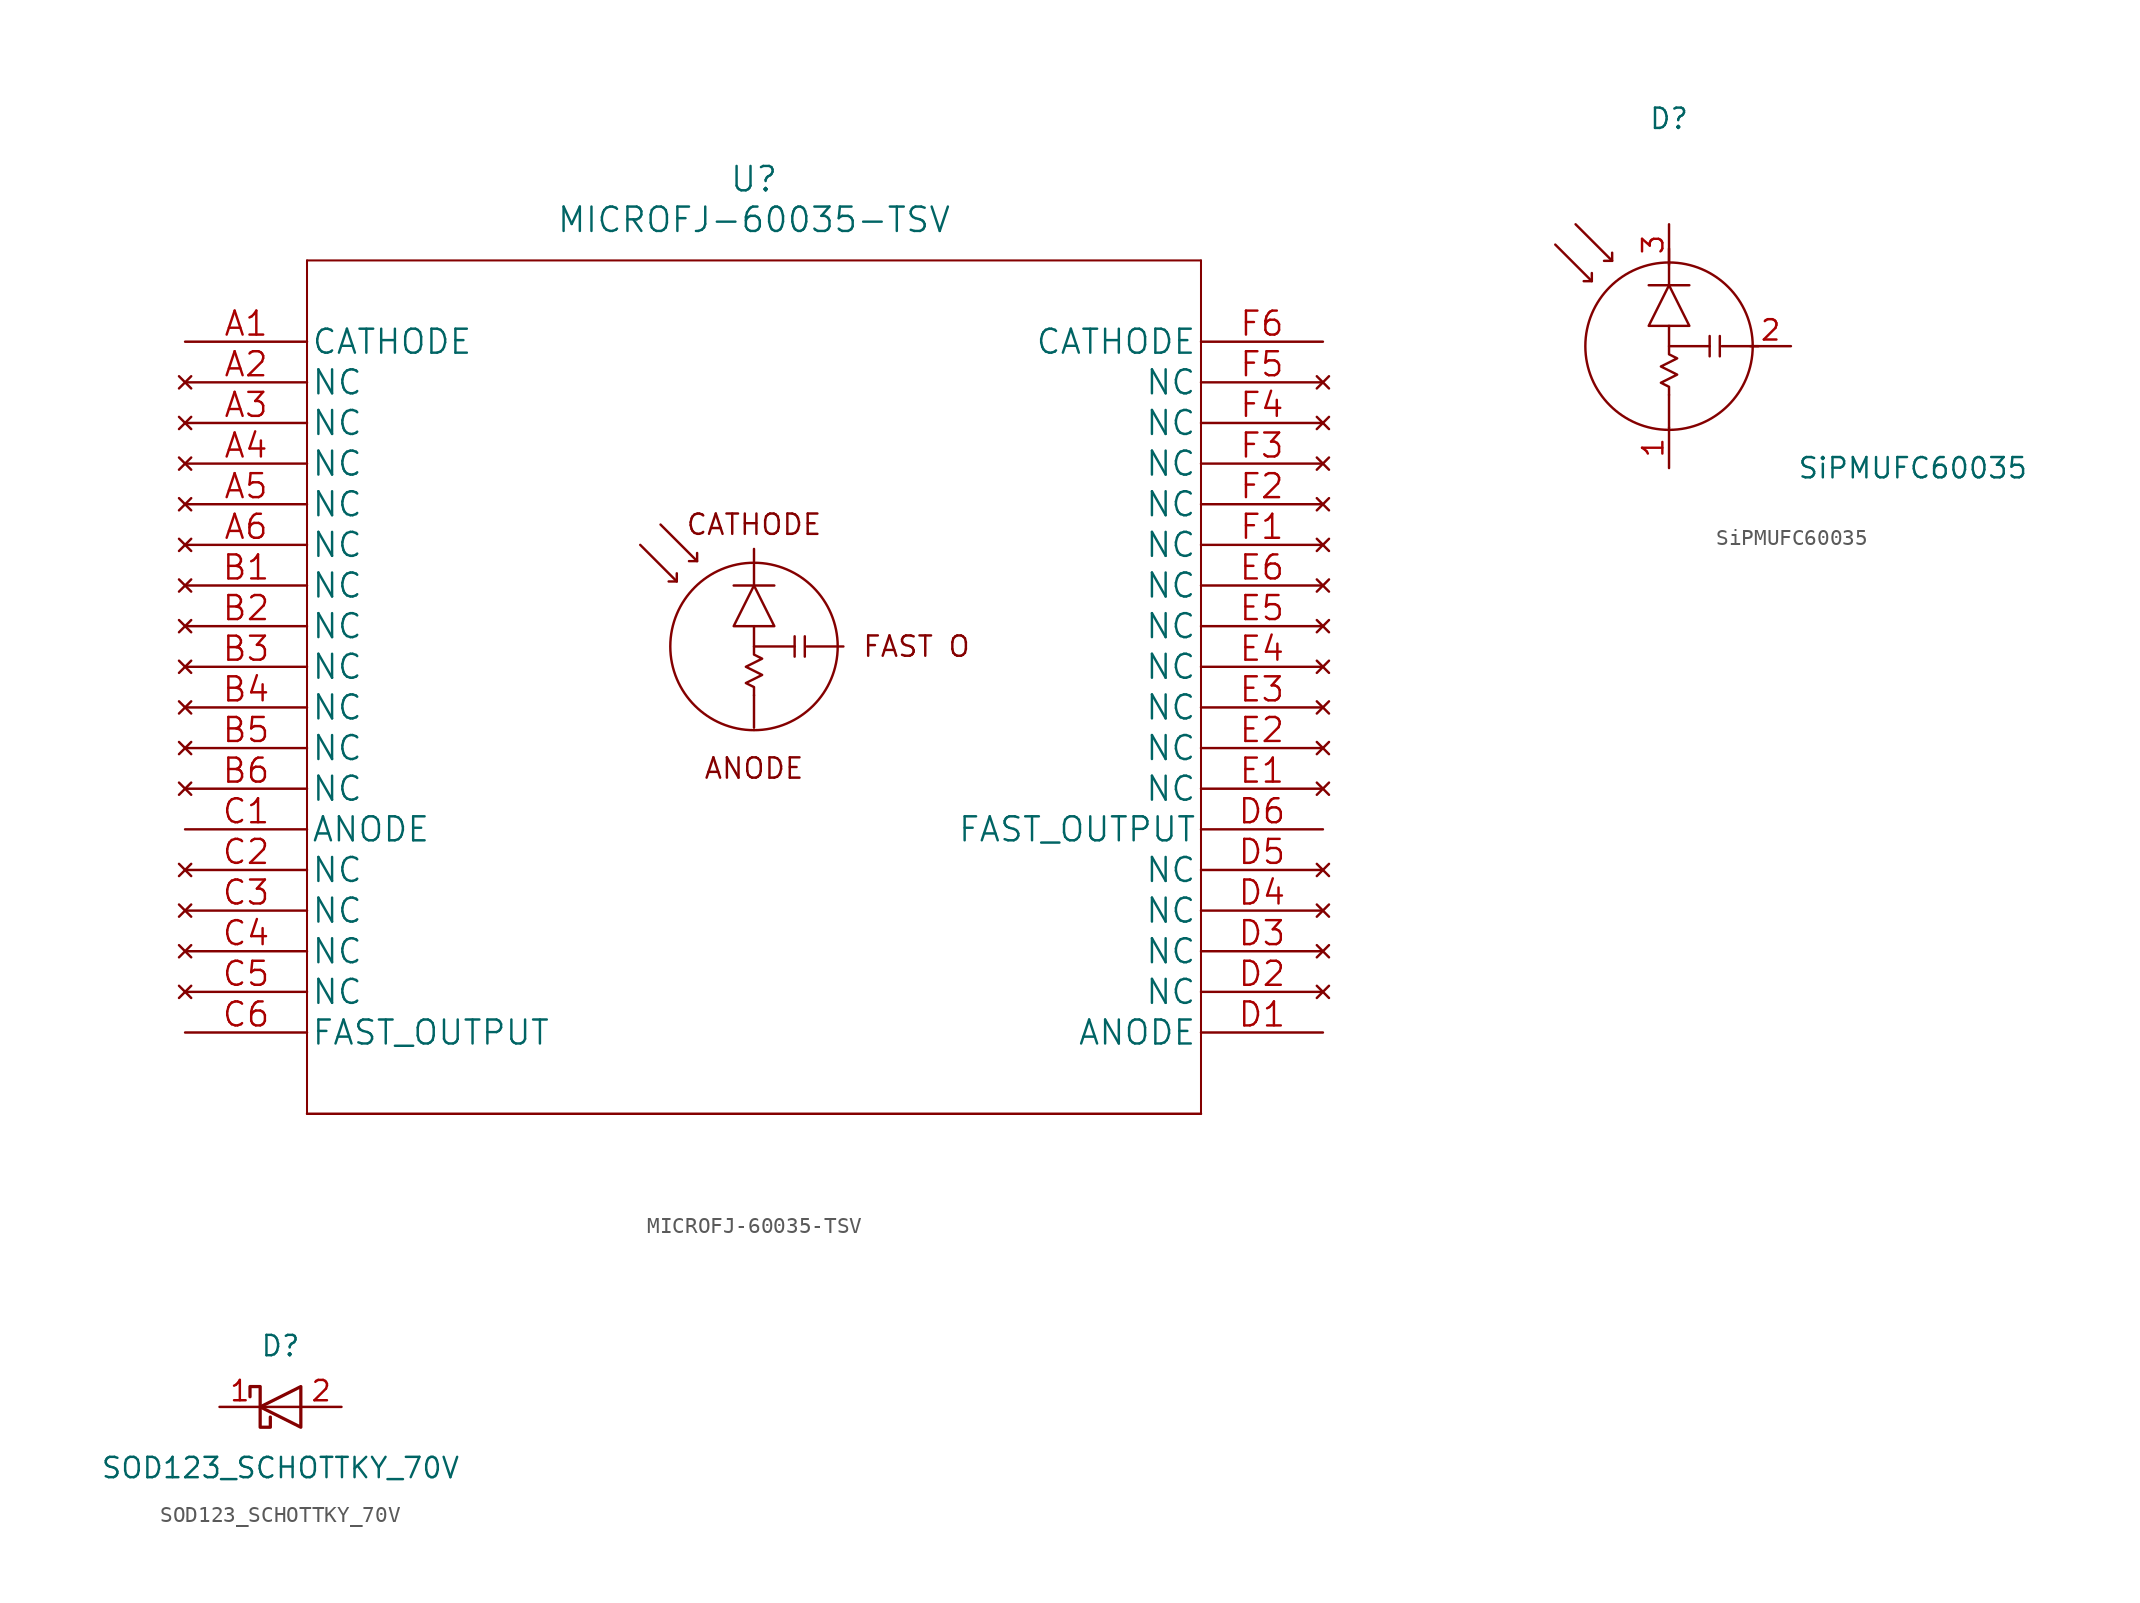
<source format=kicad_sym>
(kicad_symbol_lib
  (version 20220914)
  (generator kicad_symbol_editor)
  (symbol "MICROFJ-60035-TSV"
    (pin_names
      (offset 0.254))
    (property "Reference" "U"
      (at 35.56 10.16 0)
      (effects (font (size 1.524 1.524))))
    (property "Value" "MICROFJ-60035-TSV"
      (at 35.56 7.62 0)
      (effects (font (size 1.524 1.524))))
    (symbol "MICROFJ-60035-TSV_0_0"
      (text "ANODE" (at 35.56 -26.67 0) (effects (font (size 1.27 1.27))))
      (text "CATHODE" (at 35.56 -11.43 0) (effects (font (size 1.27 1.27))))
      (text "FAST O" (at 45.72 -19.05 0) (effects (font (size 1.27 1.27)))))
    (symbol "MICROFJ-60035-TSV_0_1"
      (polyline (pts (xy 7.62 -48.26) (xy 63.5 -48.26)) (stroke (width 0) (type default)) (fill (type none))))
    (symbol "MICROFJ-60035-TSV_1_1"
      (polyline (pts (xy 7.62 5.08) (xy 7.62 -48.26)) (stroke (width 0.127) (type default)) (fill (type none)))
      (polyline (pts (xy 28.448 -12.7) (xy 30.734 -14.986)) (stroke (width 0) (type default)) (fill (type none)))
      (polyline (pts (xy 29.718 -11.43) (xy 32.004 -13.716)) (stroke (width 0) (type default)) (fill (type none)))
      (polyline (pts (xy 35.56 -22.098) (xy 35.56 -24.13)) (stroke (width 0) (type default)) (fill (type none)))
      (polyline (pts (xy 35.56 -12.954) (xy 35.56 -15.24)) (stroke (width 0) (type default)) (fill (type none)))
      (polyline (pts (xy 36.83 -15.24) (xy 34.29 -15.24)) (stroke (width 0) (type default)) (fill (type none)))
      (polyline (pts (xy 38.1 -18.415) (xy 38.1 -19.685)) (stroke (width 0) (type default)) (fill (type none)))
      (polyline (pts (xy 38.735 -18.415) (xy 38.735 -19.685)) (stroke (width 0) (type default)) (fill (type none)))
      (polyline (pts (xy 41.148 -19.05) (xy 38.862 -19.05)) (stroke (width 0) (type default)) (fill (type none)))
      (polyline (pts (xy 63.5 -48.26) (xy 63.5 5.08)) (stroke (width 0.127) (type default)) (fill (type none)))
      (polyline (pts (xy 63.5 5.08) (xy 7.62 5.08)) (stroke (width 0.127) (type default)) (fill (type none)))
      (polyline (pts (xy 30.226 -14.986) (xy 30.734 -14.986) (xy 30.734 -14.478)) (stroke (width 0) (type default)) (fill (type none)))
      (polyline (pts (xy 31.496 -13.716) (xy 32.004 -13.716) (xy 32.004 -13.208)) (stroke (width 0) (type default)) (fill (type none)))
      (polyline (pts (xy 35.56 -17.78) (xy 35.56 -19.05) (xy 38.1 -19.05)) (stroke (width 0) (type default)) (fill (type none)))
      (polyline (pts (xy 35.56 -15.24) (xy 36.83 -17.78) (xy 34.29 -17.78) (xy 35.56 -15.24)) (stroke (width 0) (type default)) (fill (type none)))
      (polyline (pts (xy 35.56 -19.05) (xy 35.56 -19.558) (xy 36.068 -19.812) (xy 35.052 -20.32) (xy 36.068 -20.828) (xy 35.052 -21.336) (xy 35.56 -21.59) (xy 35.56 -22.098)) (stroke (width 0) (type default)) (fill (type none)))
      (circle (center 35.56 -19.05) (radius 5.232) (stroke (width 0) (type default)) (fill (type none)))
      (pin output line (at 0 0 0) (length 7.62) (name "CATHODE" (effects (font (size 1.499 1.499)))) (number "A1" (effects (font (size 1.499 1.499)))))
      (pin no_connect line (at 0 -2.54 0) (length 7.62) (name "NC" (effects (font (size 1.499 1.499)))) (number "A2" (effects (font (size 1.499 1.499)))))
      (pin no_connect line (at 0 -5.08 0) (length 7.62) (name "NC" (effects (font (size 1.499 1.499)))) (number "A3" (effects (font (size 1.499 1.499)))))
      (pin no_connect line (at 0 -7.62 0) (length 7.62) (name "NC" (effects (font (size 1.499 1.499)))) (number "A4" (effects (font (size 1.499 1.499)))))
      (pin no_connect line (at 0 -10.16 0) (length 7.62) (name "NC" (effects (font (size 1.499 1.499)))) (number "A5" (effects (font (size 1.499 1.499)))))
      (pin no_connect line (at 0 -12.7 0) (length 7.62) (name "NC" (effects (font (size 1.499 1.499)))) (number "A6" (effects (font (size 1.499 1.499)))))
      (pin no_connect line (at 0 -15.24 0) (length 7.62) (name "NC" (effects (font (size 1.499 1.499)))) (number "B1" (effects (font (size 1.499 1.499)))))
      (pin no_connect line (at 0 -17.78 0) (length 7.62) (name "NC" (effects (font (size 1.499 1.499)))) (number "B2" (effects (font (size 1.499 1.499)))))
      (pin no_connect line (at 0 -20.32 0) (length 7.62) (name "NC" (effects (font (size 1.499 1.499)))) (number "B3" (effects (font (size 1.499 1.499)))))
      (pin no_connect line (at 0 -22.86 0) (length 7.62) (name "NC" (effects (font (size 1.499 1.499)))) (number "B4" (effects (font (size 1.499 1.499)))))
      (pin no_connect line (at 0 -25.4 0) (length 7.62) (name "NC" (effects (font (size 1.499 1.499)))) (number "B5" (effects (font (size 1.499 1.499)))))
      (pin no_connect line (at 0 -27.94 0) (length 7.62) (name "NC" (effects (font (size 1.499 1.499)))) (number "B6" (effects (font (size 1.499 1.499)))))
      (pin input line (at 0 -30.48 0) (length 7.62) (name "ANODE" (effects (font (size 1.499 1.499)))) (number "C1" (effects (font (size 1.499 1.499)))))
      (pin no_connect line (at 0 -33.02 0) (length 7.62) (name "NC" (effects (font (size 1.499 1.499)))) (number "C2" (effects (font (size 1.499 1.499)))))
      (pin no_connect line (at 0 -35.56 0) (length 7.62) (name "NC" (effects (font (size 1.499 1.499)))) (number "C3" (effects (font (size 1.499 1.499)))))
      (pin no_connect line (at 0 -38.1 0) (length 7.62) (name "NC" (effects (font (size 1.499 1.499)))) (number "C4" (effects (font (size 1.499 1.499)))))
      (pin no_connect line (at 0 -40.64 0) (length 7.62) (name "NC" (effects (font (size 1.499 1.499)))) (number "C5" (effects (font (size 1.499 1.499)))))
      (pin output line (at 0 -43.18 0) (length 7.62) (name "FAST_OUTPUT" (effects (font (size 1.499 1.499)))) (number "C6" (effects (font (size 1.499 1.499)))))
      (pin input line (at 71.12 -43.18 180) (length 7.62) (name "ANODE" (effects (font (size 1.499 1.499)))) (number "D1" (effects (font (size 1.499 1.499)))))
      (pin no_connect line (at 71.12 -40.64 180) (length 7.62) (name "NC" (effects (font (size 1.499 1.499)))) (number "D2" (effects (font (size 1.499 1.499)))))
      (pin no_connect line (at 71.12 -38.1 180) (length 7.62) (name "NC" (effects (font (size 1.499 1.499)))) (number "D3" (effects (font (size 1.499 1.499)))))
      (pin no_connect line (at 71.12 -35.56 180) (length 7.62) (name "NC" (effects (font (size 1.499 1.499)))) (number "D4" (effects (font (size 1.499 1.499)))))
      (pin no_connect line (at 71.12 -33.02 180) (length 7.62) (name "NC" (effects (font (size 1.499 1.499)))) (number "D5" (effects (font (size 1.499 1.499)))))
      (pin output line (at 71.12 -30.48 180) (length 7.62) (name "FAST_OUTPUT" (effects (font (size 1.499 1.499)))) (number "D6" (effects (font (size 1.499 1.499)))))
      (pin no_connect line (at 71.12 -27.94 180) (length 7.62) (name "NC" (effects (font (size 1.499 1.499)))) (number "E1" (effects (font (size 1.499 1.499)))))
      (pin no_connect line (at 71.12 -25.4 180) (length 7.62) (name "NC" (effects (font (size 1.499 1.499)))) (number "E2" (effects (font (size 1.499 1.499)))))
      (pin no_connect line (at 71.12 -22.86 180) (length 7.62) (name "NC" (effects (font (size 1.499 1.499)))) (number "E3" (effects (font (size 1.499 1.499)))))
      (pin no_connect line (at 71.12 -20.32 180) (length 7.62) (name "NC" (effects (font (size 1.499 1.499)))) (number "E4" (effects (font (size 1.499 1.499)))))
      (pin no_connect line (at 71.12 -17.78 180) (length 7.62) (name "NC" (effects (font (size 1.499 1.499)))) (number "E5" (effects (font (size 1.499 1.499)))))
      (pin no_connect line (at 71.12 -15.24 180) (length 7.62) (name "NC" (effects (font (size 1.499 1.499)))) (number "E6" (effects (font (size 1.499 1.499)))))
      (pin no_connect line (at 71.12 -12.7 180) (length 7.62) (name "NC" (effects (font (size 1.499 1.499)))) (number "F1" (effects (font (size 1.499 1.499)))))
      (pin no_connect line (at 71.12 -10.16 180) (length 7.62) (name "NC" (effects (font (size 1.499 1.499)))) (number "F2" (effects (font (size 1.499 1.499)))))
      (pin no_connect line (at 71.12 -7.62 180) (length 7.62) (name "NC" (effects (font (size 1.499 1.499)))) (number "F3" (effects (font (size 1.499 1.499)))))
      (pin no_connect line (at 71.12 -5.08 180) (length 7.62) (name "NC" (effects (font (size 1.499 1.499)))) (number "F4" (effects (font (size 1.499 1.499)))))
      (pin no_connect line (at 71.12 -2.54 180) (length 7.62) (name "NC" (effects (font (size 1.499 1.499)))) (number "F5" (effects (font (size 1.499 1.499)))))
      (pin output line (at 71.12 0 180) (length 7.62) (name "CATHODE" (effects (font (size 1.499 1.499)))) (number "F6" (effects (font (size 1.499 1.499)))))))
  (symbol "SiPMUFC60035"
    (pin_names
      (offset 0) hide)
    (property "Reference" "D"
      (at 0 7.874 0)
      (effects (font (size 1.27 1.27))))
    (property "Value" "SiPMUFC60035"
      (at 15.24 -13.97 0)
      (effects (font (size 1.27 1.27))))
    (symbol "SiPMUFC60035_0_1"
      (circle (center 0 -6.35) (radius 5.232) (stroke (width 0) (type default)) (fill (type none)))
      (polyline (pts (xy -7.112 0) (xy -4.826 -2.286)) (stroke (width 0) (type default)) (fill (type none)))
      (polyline (pts (xy -5.842 1.27) (xy -3.556 -1.016)) (stroke (width 0) (type default)) (fill (type none)))
      (polyline (pts (xy 0 -9.398) (xy 0 -11.43)) (stroke (width 0) (type default)) (fill (type none)))
      (polyline (pts (xy 0 -0.254) (xy 0 -2.54)) (stroke (width 0) (type default)) (fill (type none)))
      (polyline (pts (xy 1.27 -2.54) (xy -1.27 -2.54)) (stroke (width 0) (type default)) (fill (type none)))
      (polyline (pts (xy 2.54 -5.715) (xy 2.54 -6.985)) (stroke (width 0) (type default)) (fill (type none)))
      (polyline (pts (xy 3.175 -5.715) (xy 3.175 -6.985)) (stroke (width 0) (type default)) (fill (type none)))
      (polyline (pts (xy 5.588 -6.35) (xy 3.302 -6.35)) (stroke (width 0) (type default)) (fill (type none)))
      (polyline (pts (xy -5.334 -2.286) (xy -4.826 -2.286) (xy -4.826 -1.778)) (stroke (width 0) (type default)) (fill (type none)))
      (polyline (pts (xy -4.064 -1.016) (xy -3.556 -1.016) (xy -3.556 -0.508)) (stroke (width 0) (type default)) (fill (type none)))
      (polyline (pts (xy 0 -5.08) (xy 0 -6.35) (xy 2.54 -6.35)) (stroke (width 0) (type default)) (fill (type none)))
      (polyline (pts (xy 0 -2.54) (xy 1.27 -5.08) (xy -1.27 -5.08) (xy 0 -2.54)) (stroke (width 0) (type default)) (fill (type none)))
      (polyline (pts (xy 0 -6.35) (xy 0 -6.858) (xy 0.508 -7.112) (xy -0.508 -7.62) (xy 0.508 -8.128) (xy -0.508 -8.636) (xy 0 -8.89) (xy 0 -9.398)) (stroke (width 0) (type default)) (fill (type none))))
    (symbol "SiPMUFC60035_1_1"
      (pin passive line (at 0 -13.97 90) (length 2.54) (name "A" (effects (font (size 1.27 1.27)))) (number "1" (effects (font (size 1.27 1.27)))))
      (pin passive line (at 7.62 -6.35 180) (length 2.54) (name "FOUT" (effects (font (size 1.27 1.27)))) (number "2" (effects (font (size 1.27 1.27)))))
      (pin input line (at 0 1.27 270) (length 2.54) (name "K" (effects (font (size 1.27 1.27)))) (number "3" (effects (font (size 1.27 1.27)))))))
  (symbol "SOD123_SCHOTTKY_70V"
    (pin_names
      (offset 0) hide)
    (property "Reference" "D"
      (at 0 0 0)
      (effects (font (size 1.27 1.27))))
    (property "Value" "SOD123_SCHOTTKY_70V"
      (at 0 -7.62 0)
      (effects (font (size 1.27 1.27))))
    (symbol "SOD123_SCHOTTKY_70V_1_1"
      (polyline (pts (xy 1.27 -3.81) (xy -1.27 -3.81)) (stroke (width 0) (type default)) (fill (type none)))
      (polyline (pts (xy 1.27 -2.54) (xy 1.27 -5.08) (xy -1.27 -3.81) (xy 1.27 -2.54)) (stroke (width 0.203) (type default)) (fill (type none)))
      (polyline (pts (xy -1.905 -3.175) (xy -1.905 -2.54) (xy -1.27 -2.54) (xy -1.27 -5.08) (xy -0.635 -5.08) (xy -0.635 -4.445)) (stroke (width 0.203) (type default)) (fill (type none)))
      (pin passive line (at -3.81 -3.81 0) (length 2.54) (name "K" (effects (font (size 1.27 1.27)))) (number "1" (effects (font (size 1.27 1.27)))))
      (pin passive line (at 3.81 -3.81 180) (length 2.54) (name "A" (effects (font (size 1.27 1.27)))) (number "2" (effects (font (size 1.27 1.27))))))))
</source>
